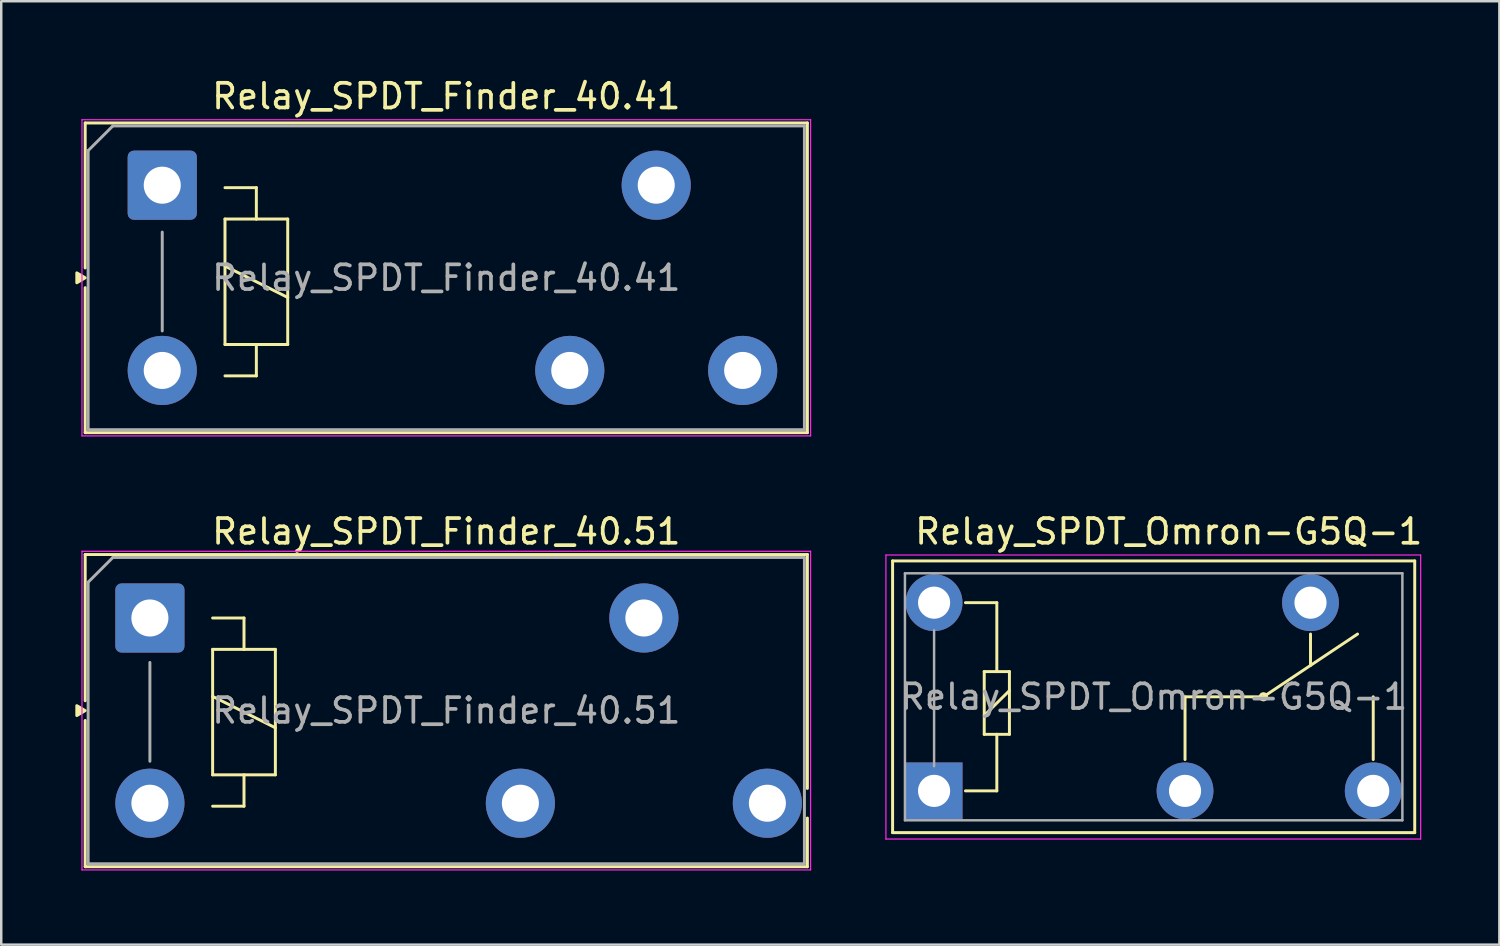
<source format=kicad_pcb>
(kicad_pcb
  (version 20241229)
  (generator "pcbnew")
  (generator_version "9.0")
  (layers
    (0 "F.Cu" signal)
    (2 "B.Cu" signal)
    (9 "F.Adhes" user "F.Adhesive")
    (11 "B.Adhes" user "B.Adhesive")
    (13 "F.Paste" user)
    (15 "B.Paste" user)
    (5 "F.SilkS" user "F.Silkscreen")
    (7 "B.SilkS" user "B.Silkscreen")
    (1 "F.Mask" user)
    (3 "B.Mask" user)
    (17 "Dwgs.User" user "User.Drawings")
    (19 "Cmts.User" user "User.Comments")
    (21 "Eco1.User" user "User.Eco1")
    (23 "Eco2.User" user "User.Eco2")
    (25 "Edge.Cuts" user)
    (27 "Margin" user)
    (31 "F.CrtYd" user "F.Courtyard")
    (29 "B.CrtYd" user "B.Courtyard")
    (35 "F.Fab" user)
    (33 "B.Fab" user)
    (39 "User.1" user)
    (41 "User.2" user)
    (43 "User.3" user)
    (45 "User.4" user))
  (footprint "Relay_SPDT_Finder_40.51"
    (layer "F.Cu")
    (at 3.019 21.971)
    (property "Reference" "Relay_SPDT_Finder_40.51" (at 12 -3.5 0) (layer "F.SilkS") (effects (font (size 1 1) (thickness 0.15))))
    (attr through_hole)
    (fp_line (start -2.62 -2.57) (end 26.62 -2.57) (stroke (width 0.12) (type solid)) (layer "F.SilkS"))
    (fp_line (start -2.62 3.35) (end -2.62 -2.57) (stroke (width 0.12) (type solid)) (layer "F.SilkS"))
    (fp_line (start -2.62 4.15) (end -2.62 10.07) (stroke (width 0.12) (type solid)) (layer "F.SilkS"))
    (fp_line (start 2.54 0) (end 3.81 0) (stroke (width 0.12) (type solid)) (layer "F.SilkS"))
    (fp_line (start 2.54 1.27) (end 3.81 1.27) (stroke (width 0.12) (type solid)) (layer "F.SilkS"))
    (fp_line (start 2.54 3.175) (end 5.08 4.445) (stroke (width 0.12) (type solid)) (layer "F.SilkS"))
    (fp_line (start 2.54 6.35) (end 2.54 1.27) (stroke (width 0.12) (type solid)) (layer "F.SilkS"))
    (fp_line (start 3.81 0) (end 3.81 1.27) (stroke (width 0.12) (type solid)) (layer "F.SilkS"))
    (fp_line (start 3.81 1.27) (end 5.08 1.27) (stroke (width 0.12) (type solid)) (layer "F.SilkS"))
    (fp_line (start 3.81 6.35) (end 3.81 7.62) (stroke (width 0.12) (type solid)) (layer "F.SilkS"))
    (fp_line (start 3.81 7.62) (end 2.54 7.62) (stroke (width 0.12) (type solid)) (layer "F.SilkS"))
    (fp_line (start 5.08 1.27) (end 5.08 6.35) (stroke (width 0.12) (type solid)) (layer "F.SilkS"))
    (fp_line (start 5.08 6.35) (end 2.54 6.35) (stroke (width 0.12) (type solid)) (layer "F.SilkS"))
    (fp_line (start 26.62 -2.57) (end 26.62 6.9) (stroke (width 0.12) (type solid)) (layer "F.SilkS"))
    (fp_line (start 26.62 10.07) (end -2.62 10.07) (stroke (width 0.12) (type solid)) (layer "F.SilkS"))
    (fp_line (start 26.62 10.07) (end 26.62 8.1) (stroke (width 0.12) (type solid)) (layer "F.SilkS"))
    (fp_poly (pts (xy -2.62 3.75) (xy -2.959 3.95) (xy -2.959 3.55) (xy -2.62 3.75)) (stroke (width 0.12) (type solid)) (fill yes) (layer "F.SilkS"))
    (fp_line (start -2.75 -2.7) (end -2.75 10.2) (stroke (width 0.05) (type solid)) (layer "F.CrtYd"))
    (fp_line (start -2.75 -2.7) (end 26.75 -2.7) (stroke (width 0.05) (type solid)) (layer "F.CrtYd"))
    (fp_line (start 26.75 10.2) (end -2.75 10.2) (stroke (width 0.05) (type solid)) (layer "F.CrtYd"))
    (fp_line (start 26.75 10.2) (end 26.75 -2.7) (stroke (width 0.05) (type solid)) (layer "F.CrtYd"))
    (fp_line (start -2.5 -1.45) (end -1.5 -2.45) (stroke (width 0.12) (type default)) (layer "F.Fab"))
    (fp_line (start -2.5 9.95) (end -2.5 -1.45) (stroke (width 0.12) (type solid)) (layer "F.Fab"))
    (fp_line (start -2.5 9.95) (end 26.5 9.95) (stroke (width 0.12) (type solid)) (layer "F.Fab"))
    (fp_line (start 0 1.8) (end 0 5.8) (stroke (width 0.12) (type solid)) (layer "F.Fab"))
    (fp_line (start 26.5 -2.45) (end -1.5 -2.45) (stroke (width 0.12) (type solid)) (layer "F.Fab"))
    (fp_line (start 26.5 9.95) (end 26.5 -2.45) (stroke (width 0.12) (type solid)) (layer "F.Fab"))
    (fp_text user "${REFERENCE}" (at 12 3.75 0) (layer "F.Fab") (effects (font (size 1 1) (thickness 0.15))))
    (pad "11" thru_hole circle (at 20 0) (size 2.8 2.8) (drill 1.5) (layers "*.Cu" "*.Mask"))
    (pad "12" thru_hole circle (at 15 7.5) (size 2.8 2.8) (drill 1.5) (layers "*.Cu" "*.Mask"))
    (pad "14" thru_hole circle (at 25 7.5) (size 2.8 2.8) (drill 1.5) (layers "*.Cu" "*.Mask"))
    (pad "A1" thru_hole roundrect (at 0 0) (size 2.8 2.8) (drill 1.5) (layers "*.Cu" "*.Mask") (roundrect_rratio 0.089))
    (pad "A2" thru_hole circle (at 0 7.5) (size 2.8 2.8) (drill 1.5) (layers "*.Cu" "*.Mask")))
  (footprint "Relay_SPDT_Finder_40.41"
    (layer "F.Cu")
    (at 3.519 4.448)
    (property "Reference" "Relay_SPDT_Finder_40.41" (at 11.5 -3.6 0) (layer "F.SilkS") (effects (font (size 1 1) (thickness 0.15))))
    (attr through_hole)
    (fp_line (start -3.12 -2.52) (end 26.12 -2.52) (stroke (width 0.12) (type solid)) (layer "F.SilkS"))
    (fp_line (start -3.12 3.35) (end -3.12 -2.52) (stroke (width 0.12) (type solid)) (layer "F.SilkS"))
    (fp_line (start -3.12 4.15) (end -3.12 10.02) (stroke (width 0.12) (type solid)) (layer "F.SilkS"))
    (fp_line (start 2.54 0.1) (end 3.81 0.1) (stroke (width 0.12) (type solid)) (layer "F.SilkS"))
    (fp_line (start 2.54 1.37) (end 3.81 1.37) (stroke (width 0.12) (type solid)) (layer "F.SilkS"))
    (fp_line (start 2.54 3.275) (end 5.08 4.545) (stroke (width 0.12) (type solid)) (layer "F.SilkS"))
    (fp_line (start 2.54 6.45) (end 2.54 1.37) (stroke (width 0.12) (type solid)) (layer "F.SilkS"))
    (fp_line (start 3.81 0.1) (end 3.81 1.37) (stroke (width 0.12) (type solid)) (layer "F.SilkS"))
    (fp_line (start 3.81 1.37) (end 5.08 1.37) (stroke (width 0.12) (type solid)) (layer "F.SilkS"))
    (fp_line (start 3.81 6.45) (end 3.81 7.72) (stroke (width 0.12) (type solid)) (layer "F.SilkS"))
    (fp_line (start 3.81 7.72) (end 2.54 7.72) (stroke (width 0.12) (type solid)) (layer "F.SilkS"))
    (fp_line (start 5.08 1.37) (end 5.08 6.45) (stroke (width 0.12) (type solid)) (layer "F.SilkS"))
    (fp_line (start 5.08 6.45) (end 2.54 6.45) (stroke (width 0.12) (type solid)) (layer "F.SilkS"))
    (fp_line (start 26.12 10.02) (end -3.12 10.02) (stroke (width 0.12) (type solid)) (layer "F.SilkS"))
    (fp_line (start 26.12 10.02) (end 26.12 -2.52) (stroke (width 0.12) (type solid)) (layer "F.SilkS"))
    (fp_poly (pts (xy -3.12 3.75) (xy -3.459 3.95) (xy -3.459 3.55) (xy -3.12 3.75)) (stroke (width 0.12) (type solid)) (fill yes) (layer "F.SilkS"))
    (fp_line (start -3.25 -2.65) (end -3.25 10.15) (stroke (width 0.05) (type solid)) (layer "F.CrtYd"))
    (fp_line (start -3.25 -2.65) (end 26.25 -2.65) (stroke (width 0.05) (type solid)) (layer "F.CrtYd"))
    (fp_line (start 26.25 10.15) (end -3.25 10.15) (stroke (width 0.05) (type solid)) (layer "F.CrtYd"))
    (fp_line (start 26.25 10.15) (end 26.25 -2.65) (stroke (width 0.05) (type solid)) (layer "F.CrtYd"))
    (fp_line (start -3 -1.4) (end -3 9.9) (stroke (width 0.12) (type solid)) (layer "F.Fab"))
    (fp_line (start -3 9.9) (end 26 9.9) (stroke (width 0.12) (type solid)) (layer "F.Fab"))
    (fp_line (start -2 -2.4) (end -3 -1.4) (stroke (width 0.12) (type solid)) (layer "F.Fab"))
    (fp_line (start 0 1.9) (end 0 5.9) (stroke (width 0.12) (type solid)) (layer "F.Fab"))
    (fp_line (start 26 -2.4) (end -2 -2.4) (stroke (width 0.12) (type solid)) (layer "F.Fab"))
    (fp_line (start 26 9.9) (end 26 -2.4) (stroke (width 0.12) (type solid)) (layer "F.Fab"))
    (fp_text user "${REFERENCE}" (at 11.5 3.75 0) (layer "F.Fab") (effects (font (size 1 1) (thickness 0.15))))
    (pad "11" thru_hole circle (at 20 0) (size 2.8 2.8) (drill 1.5) (layers "*.Cu" "*.Mask"))
    (pad "12" thru_hole circle (at 16.5 7.5) (size 2.8 2.8) (drill 1.5) (layers "*.Cu" "*.Mask"))
    (pad "14" thru_hole circle (at 23.5 7.5) (size 2.8 2.8) (drill 1.5) (layers "*.Cu" "*.Mask"))
    (pad "A1" thru_hole roundrect (at 0 0) (size 2.8 2.8) (drill 1.5) (layers "*.Cu" "*.Mask") (roundrect_rratio 0.089))
    (pad "A2" thru_hole circle (at 0 7.5) (size 2.8 2.8) (drill 1.5) (layers "*.Cu" "*.Mask")))
  (footprint "Relay_SPDT_Omron-G5Q-1"
    (layer "F.Cu")
    (at 34.769 28.971)
    (property "Reference" "Relay_SPDT_Omron-G5Q-1" (at 9.5 -10.5 180) (layer "F.SilkS") (effects (font (size 1 1) (thickness 0.15))))
    (attr through_hole)
    (fp_line (start -1.68 -9.31) (end 19.46 -9.31) (stroke (width 0.12) (type solid)) (layer "F.SilkS"))
    (fp_line (start -1.68 1.69) (end -1.68 -9.31) (stroke (width 0.12) (type solid)) (layer "F.SilkS"))
    (fp_line (start -1.68 1.69) (end 19.46 1.69) (stroke (width 0.12) (type solid)) (layer "F.SilkS"))
    (fp_line (start 1.27 0) (end 2.54 0) (stroke (width 0.12) (type solid)) (layer "F.SilkS"))
    (fp_line (start 2.03 -4.83) (end 2.54 -4.83) (stroke (width 0.12) (type solid)) (layer "F.SilkS"))
    (fp_line (start 2.03 -3.05) (end 3.05 -4.06) (stroke (width 0.12) (type solid)) (layer "F.SilkS"))
    (fp_line (start 2.03 -2.29) (end 2.03 -4.83) (stroke (width 0.12) (type solid)) (layer "F.SilkS"))
    (fp_line (start 2.54 -7.62) (end 1.27 -7.62) (stroke (width 0.12) (type solid)) (layer "F.SilkS"))
    (fp_line (start 2.54 -4.83) (end 2.54 -7.62) (stroke (width 0.12) (type solid)) (layer "F.SilkS"))
    (fp_line (start 2.54 -4.83) (end 3.05 -4.83) (stroke (width 0.12) (type solid)) (layer "F.SilkS"))
    (fp_line (start 2.54 -2.29) (end 2.03 -2.29) (stroke (width 0.12) (type solid)) (layer "F.SilkS"))
    (fp_line (start 2.54 0) (end 2.54 -2.29) (stroke (width 0.12) (type solid)) (layer "F.SilkS"))
    (fp_line (start 3.05 -4.83) (end 3.05 -2.29) (stroke (width 0.12) (type solid)) (layer "F.SilkS"))
    (fp_line (start 3.05 -2.29) (end 2.54 -2.29) (stroke (width 0.12) (type solid)) (layer "F.SilkS"))
    (fp_line (start 10.16 -3.81) (end 13.335 -3.81) (stroke (width 0.12) (type solid)) (layer "F.SilkS"))
    (fp_line (start 10.16 -1.27) (end 10.16 -3.81) (stroke (width 0.12) (type solid)) (layer "F.SilkS"))
    (fp_line (start 13.335 -3.81) (end 17.145 -6.35) (stroke (width 0.12) (type solid)) (layer "F.SilkS"))
    (fp_line (start 15.24 -6.35) (end 15.24 -5.08) (stroke (width 0.12) (type solid)) (layer "F.SilkS"))
    (fp_line (start 17.78 -1.27) (end 17.78 -3.81) (stroke (width 0.12) (type solid)) (layer "F.SilkS"))
    (fp_line (start 19.46 1.69) (end 19.46 -9.31) (stroke (width 0.12) (type solid)) (layer "F.SilkS"))
    (fp_circle (center 13.335 -3.81) (end 13.462 -3.81) (stroke (width 0.12) (type solid)) (fill no) (layer "F.SilkS"))
    (fp_line (start -1.95 -9.55) (end 19.7 -9.55) (stroke (width 0.05) (type solid)) (layer "F.CrtYd"))
    (fp_line (start -1.95 1.95) (end -1.95 -9.55) (stroke (width 0.05) (type solid)) (layer "F.CrtYd"))
    (fp_line (start 19.7 -9.55) (end 19.7 1.95) (stroke (width 0.05) (type solid)) (layer "F.CrtYd"))
    (fp_line (start 19.7 1.95) (end -1.95 1.95) (stroke (width 0.05) (type solid)) (layer "F.CrtYd"))
    (fp_line (start -1.18 -8.81) (end 18.96 -8.81) (stroke (width 0.1) (type solid)) (layer "F.Fab"))
    (fp_line (start -1.18 1.19) (end -1.18 -8.81) (stroke (width 0.1) (type solid)) (layer "F.Fab"))
    (fp_line (start 0 -1) (end 0 -6.5) (stroke (width 0.1) (type solid)) (layer "F.Fab"))
    (fp_line (start 18.96 -8.81) (end 18.96 1.19) (stroke (width 0.1) (type solid)) (layer "F.Fab"))
    (fp_line (start 18.96 1.19) (end -1.18 1.19) (stroke (width 0.1) (type solid)) (layer "F.Fab"))
    (fp_text user "${REFERENCE}" (at 8.89 -3.81 0) (layer "F.Fab") (effects (font (size 1 1) (thickness 0.15))))
    (pad "1" thru_hole rect (at 0 0 180) (size 2.3 2.3) (drill 1.3) (layers "*.Cu" "*.Mask"))
    (pad "2" thru_hole circle (at 10.16 0 180) (size 2.3 2.3) (drill 1.3) (layers "*.Cu" "*.Mask"))
    (pad "3" thru_hole circle (at 17.78 0 180) (size 2.3 2.3) (drill 1.3) (layers "*.Cu" "*.Mask"))
    (pad "4" thru_hole circle (at 15.24 -7.62 180) (size 2.3 2.3) (drill 1.3) (layers "*.Cu" "*.Mask"))
    (pad "5" thru_hole circle (at 0 -7.62 180) (size 2.3 2.3) (drill 1.3) (layers "*.Cu" "*.Mask")))
  (gr_rect
    (start -3 -3)
    (end 57.656 35.197)
    (stroke (width 0.1) (type default))
    (fill no)
    (layer "Edge.Cuts")))
</source>
